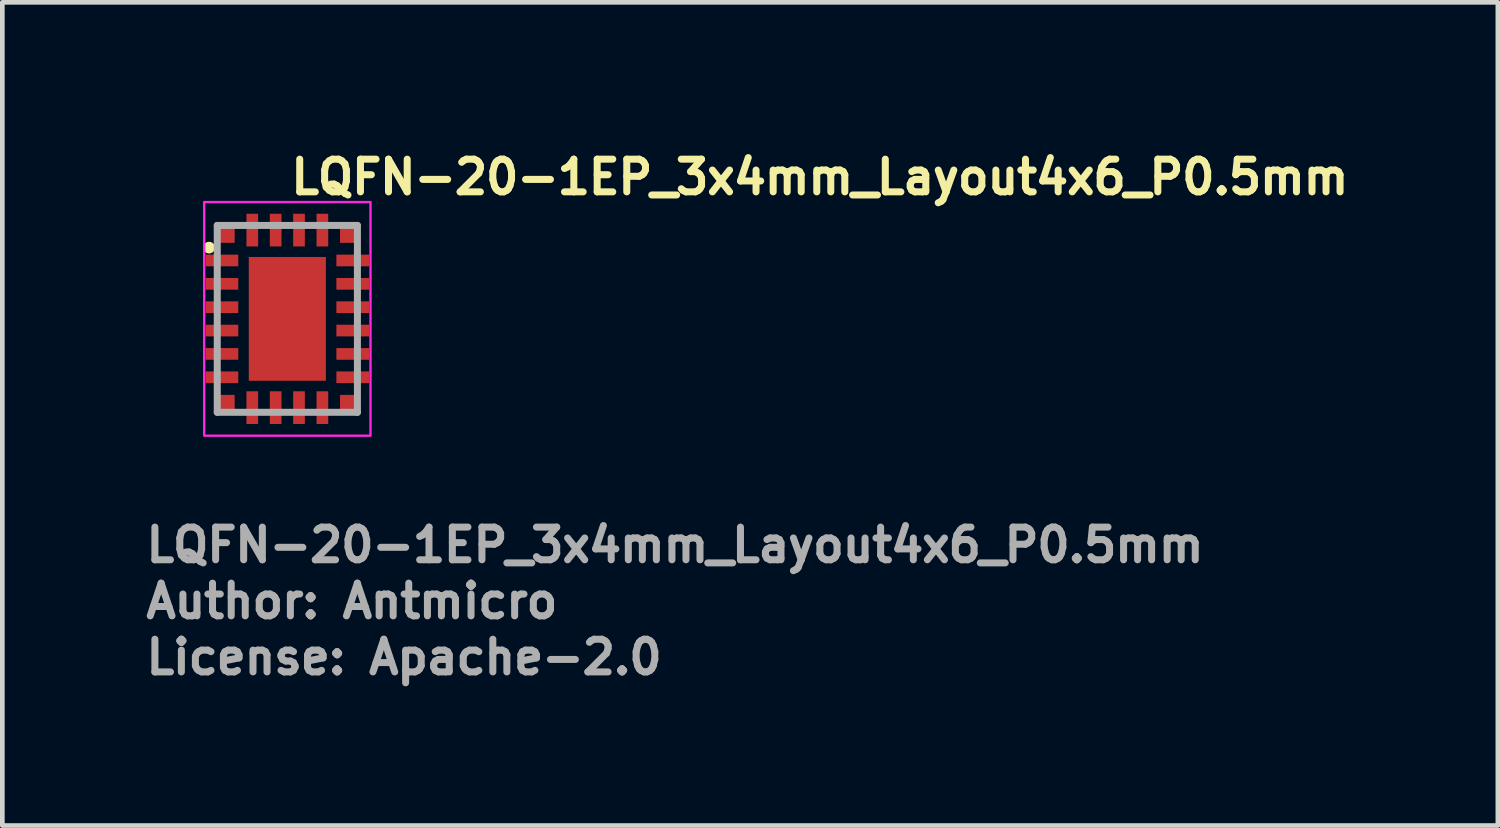
<source format=kicad_pcb>
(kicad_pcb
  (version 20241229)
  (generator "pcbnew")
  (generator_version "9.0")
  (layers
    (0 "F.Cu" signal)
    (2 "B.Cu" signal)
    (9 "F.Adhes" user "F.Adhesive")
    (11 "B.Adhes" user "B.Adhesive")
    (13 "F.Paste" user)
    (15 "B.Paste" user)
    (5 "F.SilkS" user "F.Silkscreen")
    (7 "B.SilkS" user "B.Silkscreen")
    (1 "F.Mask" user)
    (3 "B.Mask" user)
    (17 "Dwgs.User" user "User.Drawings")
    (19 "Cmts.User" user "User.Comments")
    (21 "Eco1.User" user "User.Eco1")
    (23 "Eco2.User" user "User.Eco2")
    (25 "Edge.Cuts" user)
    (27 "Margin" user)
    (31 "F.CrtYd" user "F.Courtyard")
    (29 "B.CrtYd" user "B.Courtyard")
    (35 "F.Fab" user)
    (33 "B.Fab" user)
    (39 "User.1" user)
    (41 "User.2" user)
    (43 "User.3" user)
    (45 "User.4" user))
  (footprint "LQFN-20-1EP_3x4mm_Layout4x6_P0.5mm"
    (layer "F.Cu")
    (at 3.1 3.775)
    (property "Reference" "LQFN-20-1EP_3x4mm_Layout4x6_P0.5mm" (at 0 -2.625 0) (layer "F.SilkS") (effects (font (size 0.7 0.7) (thickness 0.15)) (justify left bottom)))
    (attr smd)
    (fp_circle (center -1.675 -1.525) (end -1.625 -1.525) (stroke (width 0.15) (type solid)) (fill yes) (layer "F.SilkS"))
    (fp_rect (start -1.78 -2.5) (end 1.78 2.5) (stroke (width 0.05) (type solid)) (fill no) (layer "F.CrtYd"))
    (fp_line (start -1.5 -2) (end -1.5 2) (stroke (width 0.15) (type solid)) (layer "F.Fab"))
    (fp_line (start -1.5 2) (end 1.5 2) (stroke (width 0.15) (type solid)) (layer "F.Fab"))
    (fp_line (start 1.5 -2) (end -1.5 -2) (stroke (width 0.15) (type solid)) (layer "F.Fab"))
    (fp_line (start 1.5 2) (end 1.5 -2) (stroke (width 0.15) (type solid)) (layer "F.Fab"))
    (fp_rect (start -1.5 -2) (end 1.5 2) (stroke (width 0.1) (type solid)) (fill no) (layer "User.5"))
    (fp_line (start -1.5 -2) (end -1.5 2) (stroke (width 0.02) (type solid)) (layer "User.9"))
    (fp_line (start -1.5 2) (end 1.5 2) (stroke (width 0.02) (type solid)) (layer "User.9"))
    (fp_line (start 1.5 -2) (end -1.5 -2) (stroke (width 0.02) (type solid)) (layer "User.9"))
    (fp_line (start 1.5 2) (end 1.5 -2) (stroke (width 0.02) (type solid)) (layer "User.9"))
    (fp_text user "License: Apache-2.0" (at -3.1 7.65 0) (layer "F.Fab") (effects (font (size 0.7 0.7) (thickness 0.15)) (justify left bottom)))
    (fp_text user "${REFERENCE}" (at -3.1 5.25 0) (layer "F.Fab") (effects (font (size 0.7 0.7) (thickness 0.15)) (justify left bottom)))
    (fp_text user "Author: Antmicro" (at -3.1 6.45 0) (layer "F.Fab") (effects (font (size 0.7 0.7) (thickness 0.15)) (justify left bottom)))
    (pad "1" smd rect (at -1.4 -1.25 90) (size 0.25 0.7) (layers "F.Cu" "F.Mask" "F.Paste"))
    (pad "2" smd rect (at -1.4 -0.75 90) (size 0.25 0.7) (layers "F.Cu" "F.Mask" "F.Paste"))
    (pad "3" smd rect (at -1.4 -0.25 90) (size 0.25 0.7) (layers "F.Cu" "F.Mask" "F.Paste"))
    (pad "4" smd rect (at -1.4 0.25 90) (size 0.25 0.7) (layers "F.Cu" "F.Mask" "F.Paste"))
    (pad "5" smd rect (at -1.4 0.75 90) (size 0.25 0.7) (layers "F.Cu" "F.Mask" "F.Paste"))
    (pad "6" smd rect (at -1.4 1.25 90) (size 0.25 0.7) (layers "F.Cu" "F.Mask" "F.Paste"))
    (pad "7" smd rect (at -0.75 1.9) (size 0.25 0.7) (layers "F.Cu" "F.Mask" "F.Paste"))
    (pad "8" smd rect (at -0.25 1.9) (size 0.25 0.7) (layers "F.Cu" "F.Mask" "F.Paste"))
    (pad "9" smd rect (at 0.25 1.9) (size 0.25 0.7) (layers "F.Cu" "F.Mask" "F.Paste"))
    (pad "10" smd rect (at 0.75 1.9) (size 0.25 0.7) (layers "F.Cu" "F.Mask" "F.Paste"))
    (pad "11" smd rect (at 1.4 1.25 90) (size 0.25 0.7) (layers "F.Cu" "F.Mask" "F.Paste"))
    (pad "12" smd rect (at 1.4 0.75 90) (size 0.25 0.7) (layers "F.Cu" "F.Mask" "F.Paste"))
    (pad "13" smd rect (at 1.4 0.25 90) (size 0.25 0.7) (layers "F.Cu" "F.Mask" "F.Paste"))
    (pad "14" smd rect (at 1.4 -0.25 90) (size 0.25 0.7) (layers "F.Cu" "F.Mask" "F.Paste"))
    (pad "15" smd rect (at 1.4 -0.75 90) (size 0.25 0.7) (layers "F.Cu" "F.Mask" "F.Paste"))
    (pad "16" smd rect (at 1.4 -1.25 90) (size 0.25 0.7) (layers "F.Cu" "F.Mask" "F.Paste"))
    (pad "17" smd rect (at 0.75 -1.9) (size 0.25 0.7) (layers "F.Cu" "F.Mask" "F.Paste"))
    (pad "18" smd rect (at 0.25 -1.9) (size 0.25 0.7) (layers "F.Cu" "F.Mask" "F.Paste"))
    (pad "19" smd rect (at -0.25 -1.9) (size 0.25 0.7) (layers "F.Cu" "F.Mask" "F.Paste"))
    (pad "20" smd rect (at -0.75 -1.9) (size 0.25 0.7) (layers "F.Cu" "F.Mask" "F.Paste"))
    (pad "21" smd rect (at 0 0) (size 1.65 2.65) (layers "F.Cu" "F.Mask" "F.Paste"))
    (pad "22" smd rect (at -1.315 -1.815 90) (size 0.375 0.375) (layers "F.Cu" "F.Mask" "F.Paste"))
    (pad "23" smd rect (at -1.315 1.815 90) (size 0.375 0.375) (layers "F.Cu" "F.Mask" "F.Paste"))
    (pad "24" smd rect (at 1.315 1.815 90) (size 0.375 0.375) (layers "F.Cu" "F.Mask" "F.Paste"))
    (pad "25" smd rect (at 1.315 -1.815 90) (size 0.375 0.375) (layers "F.Cu" "F.Mask" "F.Paste")))
  (gr_rect
    (start -3 -3)
    (end 29.01 14.62)
    (stroke (width 0.1) (type default))
    (fill no)
    (layer "Edge.Cuts")))
</source>
